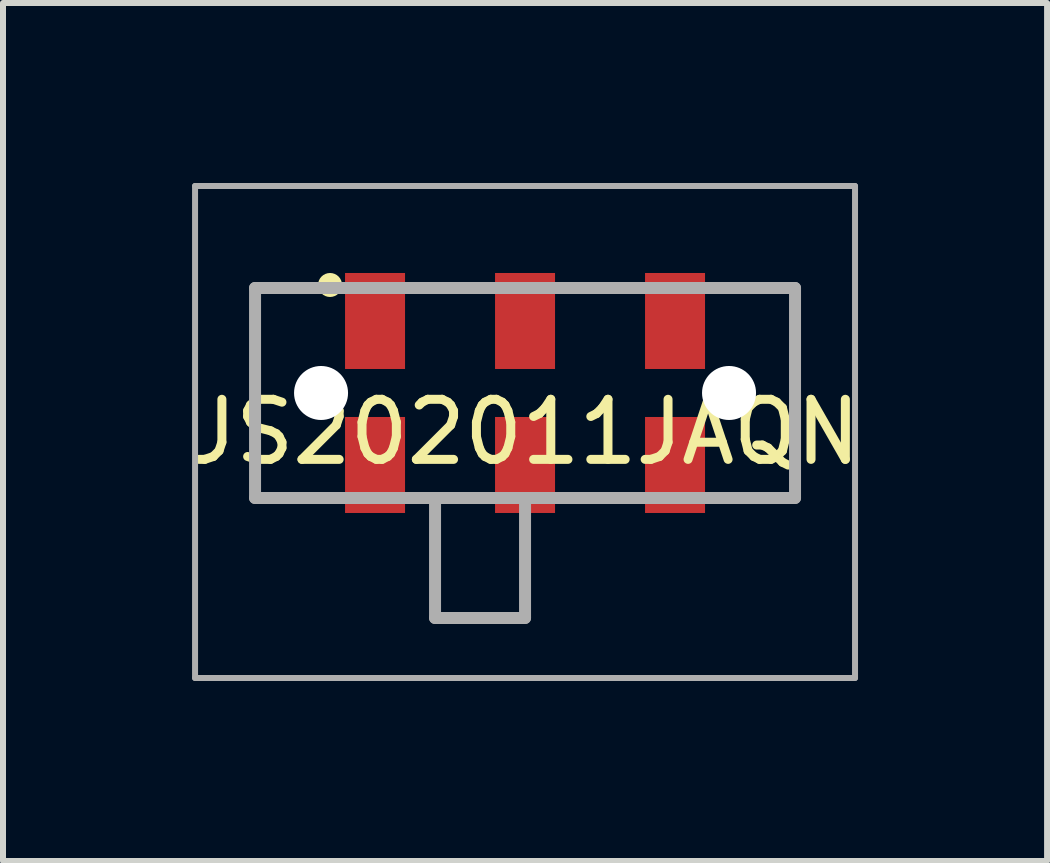
<source format=kicad_pcb>
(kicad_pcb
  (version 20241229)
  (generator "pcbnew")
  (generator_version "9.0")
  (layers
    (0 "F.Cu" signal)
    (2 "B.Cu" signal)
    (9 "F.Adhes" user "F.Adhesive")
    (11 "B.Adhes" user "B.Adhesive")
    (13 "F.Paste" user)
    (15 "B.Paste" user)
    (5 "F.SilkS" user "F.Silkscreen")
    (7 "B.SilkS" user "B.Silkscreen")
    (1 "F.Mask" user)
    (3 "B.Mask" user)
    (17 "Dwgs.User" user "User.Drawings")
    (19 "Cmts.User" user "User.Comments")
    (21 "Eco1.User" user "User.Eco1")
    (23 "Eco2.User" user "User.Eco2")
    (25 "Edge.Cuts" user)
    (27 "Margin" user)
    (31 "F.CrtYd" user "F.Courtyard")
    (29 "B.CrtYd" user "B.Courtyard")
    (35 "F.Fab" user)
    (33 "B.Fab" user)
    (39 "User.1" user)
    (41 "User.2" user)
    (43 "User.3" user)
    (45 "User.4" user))
  (footprint "JS202011JAQN"
    (layer "F.Cu")
    (at 5.701 3.5)
    (property "Reference" "JS202011JAQN" (at 0 0.651 0) (layer "F.SilkS") (effects (font (size 1.001 1.001) (thickness 0.15))))
    (attr smd)
    (fp_line (start -4.5 -1.75) (end -4.5 1.75) (stroke (width 0.1) (type solid)) (layer "F.SilkS"))
    (fp_line (start -4.5 1.75) (end -3.5 1.75) (stroke (width 0.1) (type solid)) (layer "F.SilkS"))
    (fp_line (start -3.5 -1.75) (end -4.5 -1.75) (stroke (width 0.1) (type solid)) (layer "F.SilkS"))
    (fp_line (start -1.5 1.75) (end -1.5 3.75) (stroke (width 0.1) (type solid)) (layer "F.SilkS"))
    (fp_line (start -1.5 3.75) (end 0 3.75) (stroke (width 0.1) (type solid)) (layer "F.SilkS"))
    (fp_line (start 0 3.75) (end 0 2.25) (stroke (width 0.1) (type solid)) (layer "F.SilkS"))
    (fp_line (start 3.5 -1.75) (end 4.5 -1.75) (stroke (width 0.1) (type solid)) (layer "F.SilkS"))
    (fp_line (start 4.5 -1.75) (end 4.5 1.75) (stroke (width 0.1) (type solid)) (layer "F.SilkS"))
    (fp_line (start 4.5 1.75) (end 3.5 1.75) (stroke (width 0.1) (type solid)) (layer "F.SilkS"))
    (fp_arc (start -3.35 -1.8) (mid -3.25 -1.9) (end -3.15 -1.8) (stroke (width 0.2) (type solid)) (layer "F.SilkS"))
    (fp_arc (start -3.15 -1.8) (mid -3.25 -1.7) (end -3.35 -1.8) (stroke (width 0.2) (type solid)) (layer "F.SilkS"))
    (fp_line (start -5.5 -3.45) (end 5.5 -3.45) (stroke (width 0.1) (type solid)) (layer "F.Fab"))
    (fp_line (start -5.5 4.75) (end -5.5 -3.45) (stroke (width 0.1) (type solid)) (layer "F.Fab"))
    (fp_line (start -4.5 -1.75) (end 4.5 -1.75) (stroke (width 0.2) (type solid)) (layer "F.Fab"))
    (fp_line (start -4.5 1.75) (end -4.5 -1.75) (stroke (width 0.2) (type solid)) (layer "F.Fab"))
    (fp_line (start -1.5 3.75) (end -1.5 1.75) (stroke (width 0.2) (type solid)) (layer "F.Fab"))
    (fp_line (start 0 1.75) (end 0 3.75) (stroke (width 0.2) (type solid)) (layer "F.Fab"))
    (fp_line (start 0 3.75) (end -1.5 3.75) (stroke (width 0.2) (type solid)) (layer "F.Fab"))
    (fp_line (start 4.5 -1.75) (end 4.5 1.75) (stroke (width 0.2) (type solid)) (layer "F.Fab"))
    (fp_line (start 4.5 1.75) (end -4.5 1.75) (stroke (width 0.2) (type solid)) (layer "F.Fab"))
    (fp_line (start 5.5 -3.45) (end 5.5 4.75) (stroke (width 0.1) (type solid)) (layer "F.Fab"))
    (fp_line (start 5.5 4.75) (end -5.5 4.75) (stroke (width 0.1) (type solid)) (layer "F.Fab"))
    (pad "" np_thru_hole circle (at -3.4 0) (size 0.9 0.9) (drill 0.9) (layers "*.Cu" "*.Mask"))
    (pad "" np_thru_hole circle (at 3.4 0) (size 0.9 0.9) (drill 0.9) (layers "*.Cu" "*.Mask"))
    (pad "1" smd rect (at -2.5 -1.2 90) (size 1.6 1) (layers "F.Cu" "F.Mask" "F.Paste"))
    (pad "2" smd rect (at 0 -1.2 90) (size 1.6 1) (layers "F.Cu" "F.Mask" "F.Paste"))
    (pad "3" smd rect (at 2.5 -1.2 90) (size 1.6 1) (layers "F.Cu" "F.Mask" "F.Paste"))
    (pad "4" smd rect (at -2.5 1.2 90) (size 1.6 1) (layers "F.Cu" "F.Mask" "F.Paste"))
    (pad "5" smd rect (at 0 1.2 90) (size 1.6 1) (layers "F.Cu" "F.Mask" "F.Paste"))
    (pad "6" smd rect (at 2.5 1.2 90) (size 1.6 1) (layers "F.Cu" "F.Mask" "F.Paste")))
  (gr_rect
    (start -3 -3)
    (end 14.402 11.3)
    (stroke (width 0.1) (type default))
    (fill no)
    (layer "Edge.Cuts")))
</source>
